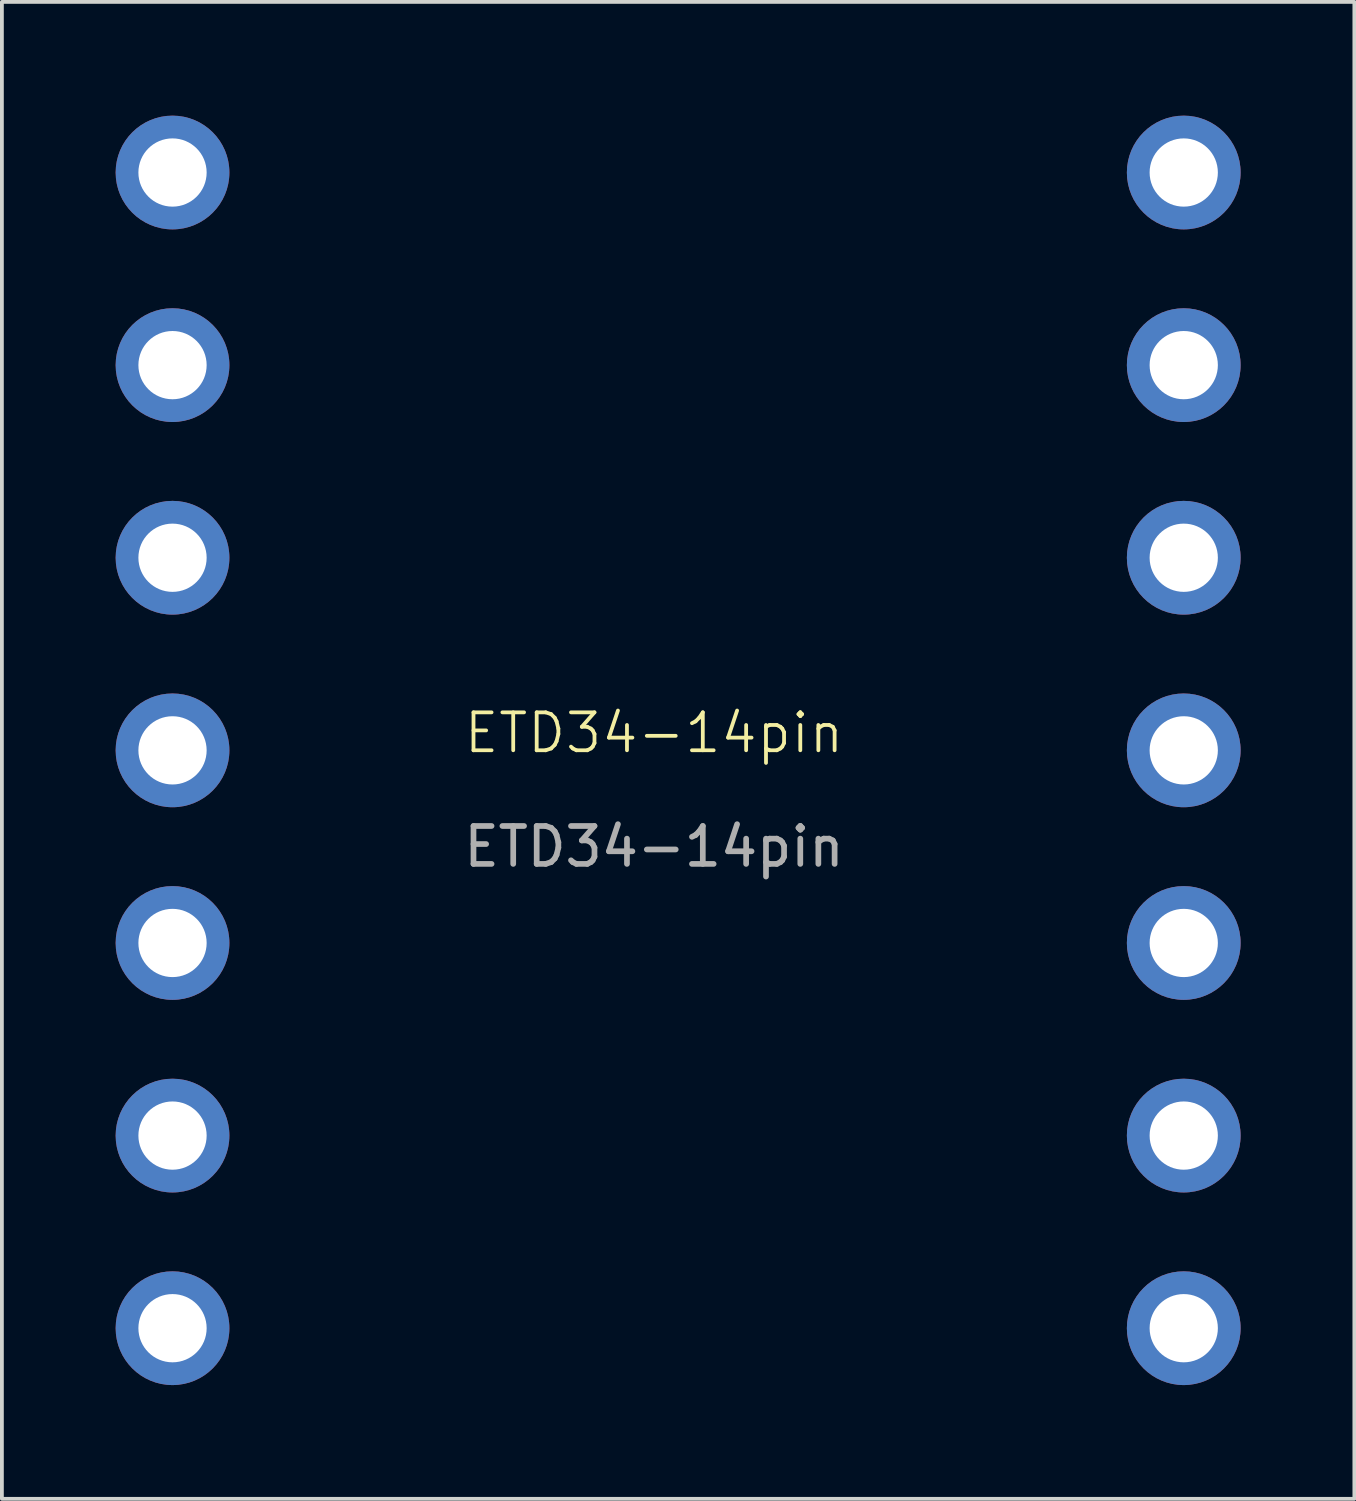
<source format=kicad_pcb>
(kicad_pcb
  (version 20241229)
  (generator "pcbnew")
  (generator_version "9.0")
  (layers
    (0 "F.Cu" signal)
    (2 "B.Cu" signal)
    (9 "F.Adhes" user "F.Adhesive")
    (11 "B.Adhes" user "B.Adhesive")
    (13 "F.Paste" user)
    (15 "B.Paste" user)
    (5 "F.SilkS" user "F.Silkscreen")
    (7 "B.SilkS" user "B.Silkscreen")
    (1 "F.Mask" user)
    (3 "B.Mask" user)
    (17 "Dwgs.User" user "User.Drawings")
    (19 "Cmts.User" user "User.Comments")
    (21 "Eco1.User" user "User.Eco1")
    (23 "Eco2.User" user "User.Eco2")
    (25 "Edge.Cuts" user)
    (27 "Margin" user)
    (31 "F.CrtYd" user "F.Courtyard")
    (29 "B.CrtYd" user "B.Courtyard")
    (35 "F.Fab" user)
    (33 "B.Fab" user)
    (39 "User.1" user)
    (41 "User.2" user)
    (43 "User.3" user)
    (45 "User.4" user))
  (footprint "ETD34-14pin"
    (layer "F.Cu")
    (at 1.5 16.74)
    (property "Reference" "ETD34-14pin" (at 12.7 -0.46 0) (unlocked yes) (layer "F.SilkS") (effects (font (size 1 1) (thickness 0.1))))
    (attr through_hole)
    (fp_text user "${REFERENCE}" (at 12.7 2.54 0) (unlocked yes) (layer "F.Fab") (effects (font (size 1 1) (thickness 0.15))))
    (pad "1" thru_hole circle (at 0 -15.24) (size 3 3) (drill 1.8) (layers "*.Cu" "*.Mask"))
    (pad "2" thru_hole circle (at 0 -10.16) (size 3 3) (drill 1.8) (layers "*.Cu" "*.Mask"))
    (pad "3" thru_hole circle (at 0 -5.08) (size 3 3) (drill 1.8) (layers "*.Cu" "*.Mask"))
    (pad "4" thru_hole circle (at 0 0) (size 3 3) (drill 1.8) (layers "*.Cu" "*.Mask"))
    (pad "5" thru_hole circle (at 0 5.08) (size 3 3) (drill 1.8) (layers "*.Cu" "*.Mask"))
    (pad "6" thru_hole circle (at 0 10.16) (size 3 3) (drill 1.8) (layers "*.Cu" "*.Mask"))
    (pad "7" thru_hole circle (at 0 15.24) (size 3 3) (drill 1.8) (layers "*.Cu" "*.Mask"))
    (pad "8" thru_hole circle (at 26.67 15.24) (size 3 3) (drill 1.8) (layers "*.Cu" "*.Mask"))
    (pad "9" thru_hole circle (at 26.67 10.16) (size 3 3) (drill 1.8) (layers "*.Cu" "*.Mask"))
    (pad "10" thru_hole circle (at 26.67 5.08) (size 3 3) (drill 1.8) (layers "*.Cu" "*.Mask"))
    (pad "11" thru_hole circle (at 26.67 0) (size 3 3) (drill 1.8) (layers "*.Cu" "*.Mask"))
    (pad "12" thru_hole circle (at 26.67 -5.08) (size 3 3) (drill 1.8) (layers "*.Cu" "*.Mask"))
    (pad "13" thru_hole circle (at 26.67 -10.16) (size 3 3) (drill 1.8) (layers "*.Cu" "*.Mask"))
    (pad "14" thru_hole circle (at 26.67 -15.24) (size 3 3) (drill 1.8) (layers "*.Cu" "*.Mask")))
  (gr_rect
    (start -3 -3)
    (end 32.67 36.48)
    (stroke (width 0.1) (type default))
    (fill no)
    (layer "Edge.Cuts")))
</source>
